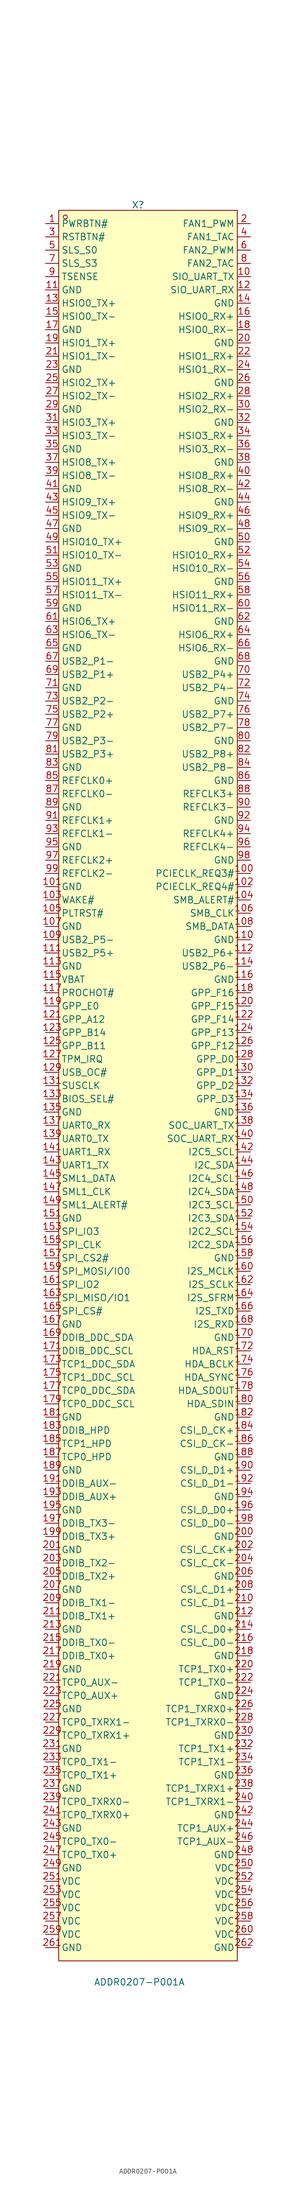
<source format=kicad_sym>
(kicad_symbol_lib
  (version 20241209)
  (generator "kicad_symbol_editor")
  (generator_version "9.0")
  (symbol "ADDR0207-P001A"
    (property "Reference" "X"
      (at 0 168.656 0)
      (effects (font (size 1.27 1.27))))
    (property "Value" "ADDR0207-P001A"
      (at 0.254 -171.704 0)
      (effects (font (size 1.27 1.27))))
    (symbol "ADDR0207-P001A_0_1"
      (rectangle (start -15.24 167.64) (end 19.05 -167.64) (stroke (width 0) (type default)) (fill (type background)))
      (circle (center -13.97 166.37) (radius 0.38) (stroke (width 0) (type default)) (fill (type none)))
      (pin input line (at -17.78 165.1 0) (length 2.54) (name "PWRBTN#" (effects (font (size 1.27 1.27)))) (number "1" (effects (font (size 1.27 1.27)))))
      (pin input line (at -17.78 162.56 0) (length 2.54) (name "RSTBTN#" (effects (font (size 1.27 1.27)))) (number "3" (effects (font (size 1.27 1.27)))))
      (pin output line (at -17.78 160.02 0) (length 2.54) (name "SLS_S0" (effects (font (size 1.27 1.27)))) (number "5" (effects (font (size 1.27 1.27)))))
      (pin output line (at -17.78 157.48 0) (length 2.54) (name "SLS_S3" (effects (font (size 1.27 1.27)))) (number "7" (effects (font (size 1.27 1.27)))))
      (pin input line (at -17.78 154.94 0) (length 2.54) (name "TSENSE" (effects (font (size 1.27 1.27)))) (number "9" (effects (font (size 1.27 1.27)))))
      (pin power_in line (at -17.78 152.4 0) (length 2.54) (name "GND" (effects (font (size 1.27 1.27)))) (number "11" (effects (font (size 1.27 1.27)))))
      (pin output line (at -17.78 149.86 0) (length 2.54) (name "HSIO0_TX+" (effects (font (size 1.27 1.27)))) (number "13" (effects (font (size 1.27 1.27)))))
      (pin output line (at -17.78 147.32 0) (length 2.54) (name "HSIO0_TX-" (effects (font (size 1.27 1.27)))) (number "15" (effects (font (size 1.27 1.27)))))
      (pin power_in line (at -17.78 144.78 0) (length 2.54) (name "GND" (effects (font (size 1.27 1.27)))) (number "17" (effects (font (size 1.27 1.27)))))
      (pin output line (at -17.78 142.24 0) (length 2.54) (name "HSIO1_TX+" (effects (font (size 1.27 1.27)))) (number "19" (effects (font (size 1.27 1.27)))))
      (pin output line (at -17.78 139.7 0) (length 2.54) (name "HSIO1_TX-" (effects (font (size 1.27 1.27)))) (number "21" (effects (font (size 1.27 1.27)))))
      (pin power_in line (at -17.78 137.16 0) (length 2.54) (name "GND" (effects (font (size 1.27 1.27)))) (number "23" (effects (font (size 1.27 1.27)))))
      (pin output line (at -17.78 134.62 0) (length 2.54) (name "HSIO2_TX+" (effects (font (size 1.27 1.27)))) (number "25" (effects (font (size 1.27 1.27)))))
      (pin output line (at -17.78 132.08 0) (length 2.54) (name "HSIO2_TX-" (effects (font (size 1.27 1.27)))) (number "27" (effects (font (size 1.27 1.27)))))
      (pin power_in line (at -17.78 129.54 0) (length 2.54) (name "GND" (effects (font (size 1.27 1.27)))) (number "29" (effects (font (size 1.27 1.27)))))
      (pin output line (at -17.78 127 0) (length 2.54) (name "HSIO3_TX+" (effects (font (size 1.27 1.27)))) (number "31" (effects (font (size 1.27 1.27)))))
      (pin output line (at -17.78 124.46 0) (length 2.54) (name "HSIO3_TX-" (effects (font (size 1.27 1.27)))) (number "33" (effects (font (size 1.27 1.27)))))
      (pin power_in line (at -17.78 121.92 0) (length 2.54) (name "GND" (effects (font (size 1.27 1.27)))) (number "35" (effects (font (size 1.27 1.27)))))
      (pin output line (at -17.78 119.38 0) (length 2.54) (name "HSIO8_TX+" (effects (font (size 1.27 1.27)))) (number "37" (effects (font (size 1.27 1.27)))))
      (pin output line (at -17.78 116.84 0) (length 2.54) (name "HSIO8_TX-" (effects (font (size 1.27 1.27)))) (number "39" (effects (font (size 1.27 1.27)))))
      (pin power_in line (at -17.78 114.3 0) (length 2.54) (name "GND" (effects (font (size 1.27 1.27)))) (number "41" (effects (font (size 1.27 1.27)))))
      (pin output line (at -17.78 111.76 0) (length 2.54) (name "HSIO9_TX+" (effects (font (size 1.27 1.27)))) (number "43" (effects (font (size 1.27 1.27)))))
      (pin output line (at -17.78 109.22 0) (length 2.54) (name "HSIO9_TX-" (effects (font (size 1.27 1.27)))) (number "45" (effects (font (size 1.27 1.27)))))
      (pin power_in line (at -17.78 106.68 0) (length 2.54) (name "GND" (effects (font (size 1.27 1.27)))) (number "47" (effects (font (size 1.27 1.27)))))
      (pin output line (at -17.78 104.14 0) (length 2.54) (name "HSIO10_TX+" (effects (font (size 1.27 1.27)))) (number "49" (effects (font (size 1.27 1.27)))))
      (pin output line (at -17.78 101.6 0) (length 2.54) (name "HSIO10_TX-" (effects (font (size 1.27 1.27)))) (number "51" (effects (font (size 1.27 1.27)))))
      (pin power_in line (at -17.78 99.06 0) (length 2.54) (name "GND" (effects (font (size 1.27 1.27)))) (number "53" (effects (font (size 1.27 1.27)))))
      (pin output line (at -17.78 96.52 0) (length 2.54) (name "HSIO11_TX+" (effects (font (size 1.27 1.27)))) (number "55" (effects (font (size 1.27 1.27)))))
      (pin output line (at -17.78 93.98 0) (length 2.54) (name "HSIO11_TX-" (effects (font (size 1.27 1.27)))) (number "57" (effects (font (size 1.27 1.27)))))
      (pin power_in line (at -17.78 91.44 0) (length 2.54) (name "GND" (effects (font (size 1.27 1.27)))) (number "59" (effects (font (size 1.27 1.27)))))
      (pin output line (at -17.78 88.9 0) (length 2.54) (name "HSIO6_TX+" (effects (font (size 1.27 1.27)))) (number "61" (effects (font (size 1.27 1.27)))))
      (pin output line (at -17.78 86.36 0) (length 2.54) (name "HSIO6_TX-" (effects (font (size 1.27 1.27)))) (number "63" (effects (font (size 1.27 1.27)))))
      (pin power_in line (at -17.78 83.82 0) (length 2.54) (name "GND" (effects (font (size 1.27 1.27)))) (number "65" (effects (font (size 1.27 1.27)))))
      (pin bidirectional line (at -17.78 81.28 0) (length 2.54) (name "USB2_P1-" (effects (font (size 1.27 1.27)))) (number "67" (effects (font (size 1.27 1.27)))))
      (pin bidirectional line (at -17.78 78.74 0) (length 2.54) (name "USB2_P1+" (effects (font (size 1.27 1.27)))) (number "69" (effects (font (size 1.27 1.27)))))
      (pin power_in line (at -17.78 76.2 0) (length 2.54) (name "GND" (effects (font (size 1.27 1.27)))) (number "71" (effects (font (size 1.27 1.27)))))
      (pin bidirectional line (at -17.78 73.66 0) (length 2.54) (name "USB2_P2-" (effects (font (size 1.27 1.27)))) (number "73" (effects (font (size 1.27 1.27)))))
      (pin bidirectional line (at -17.78 71.12 0) (length 2.54) (name "USB2_P2+" (effects (font (size 1.27 1.27)))) (number "75" (effects (font (size 1.27 1.27)))))
      (pin power_in line (at -17.78 68.58 0) (length 2.54) (name "GND" (effects (font (size 1.27 1.27)))) (number "77" (effects (font (size 1.27 1.27)))))
      (pin bidirectional line (at -17.78 66.04 0) (length 2.54) (name "USB2_P3-" (effects (font (size 1.27 1.27)))) (number "79" (effects (font (size 1.27 1.27)))))
      (pin bidirectional line (at -17.78 63.5 0) (length 2.54) (name "USB2_P3+" (effects (font (size 1.27 1.27)))) (number "81" (effects (font (size 1.27 1.27)))))
      (pin power_in line (at -17.78 60.96 0) (length 2.54) (name "GND" (effects (font (size 1.27 1.27)))) (number "83" (effects (font (size 1.27 1.27)))))
      (pin output line (at -17.78 58.42 0) (length 2.54) (name "REFCLK0+" (effects (font (size 1.27 1.27)))) (number "85" (effects (font (size 1.27 1.27)))))
      (pin output line (at -17.78 55.88 0) (length 2.54) (name "REFCLK0-" (effects (font (size 1.27 1.27)))) (number "87" (effects (font (size 1.27 1.27)))))
      (pin power_in line (at -17.78 53.34 0) (length 2.54) (name "GND" (effects (font (size 1.27 1.27)))) (number "89" (effects (font (size 1.27 1.27)))))
      (pin output line (at -17.78 50.8 0) (length 2.54) (name "REFCLK1+" (effects (font (size 1.27 1.27)))) (number "91" (effects (font (size 1.27 1.27)))))
      (pin output line (at -17.78 48.26 0) (length 2.54) (name "REFCLK1-" (effects (font (size 1.27 1.27)))) (number "93" (effects (font (size 1.27 1.27)))))
      (pin power_in line (at -17.78 45.72 0) (length 2.54) (name "GND" (effects (font (size 1.27 1.27)))) (number "95" (effects (font (size 1.27 1.27)))))
      (pin output line (at -17.78 43.18 0) (length 2.54) (name "REFCLK2+" (effects (font (size 1.27 1.27)))) (number "97" (effects (font (size 1.27 1.27)))))
      (pin output line (at -17.78 40.64 0) (length 2.54) (name "REFCLK2-" (effects (font (size 1.27 1.27)))) (number "99" (effects (font (size 1.27 1.27)))))
      (pin power_in line (at -17.78 38.1 0) (length 2.54) (name "GND" (effects (font (size 1.27 1.27)))) (number "101" (effects (font (size 1.27 1.27)))))
      (pin input line (at -17.78 35.56 0) (length 2.54) (name "WAKE#" (effects (font (size 1.27 1.27)))) (number "103" (effects (font (size 1.27 1.27)))))
      (pin output line (at -17.78 33.02 0) (length 2.54) (name "PLTRST#" (effects (font (size 1.27 1.27)))) (number "105" (effects (font (size 1.27 1.27)))))
      (pin power_in line (at -17.78 30.48 0) (length 2.54) (name "GND" (effects (font (size 1.27 1.27)))) (number "107" (effects (font (size 1.27 1.27)))))
      (pin bidirectional line (at -17.78 27.94 0) (length 2.54) (name "USB2_P5-" (effects (font (size 1.27 1.27)))) (number "109" (effects (font (size 1.27 1.27)))))
      (pin bidirectional line (at -17.78 25.4 0) (length 2.54) (name "USB2_P5+" (effects (font (size 1.27 1.27)))) (number "111" (effects (font (size 1.27 1.27)))))
      (pin power_in line (at -17.78 22.86 0) (length 2.54) (name "GND" (effects (font (size 1.27 1.27)))) (number "113" (effects (font (size 1.27 1.27)))))
      (pin power_in line (at -17.78 20.32 0) (length 2.54) (name "VBAT" (effects (font (size 1.27 1.27)))) (number "115" (effects (font (size 1.27 1.27)))))
      (pin input line (at -17.78 17.78 0) (length 2.54) (name "PROCHOT#" (effects (font (size 1.27 1.27)))) (number "117" (effects (font (size 1.27 1.27)))))
      (pin bidirectional line (at -17.78 15.24 0) (length 2.54) (name "GPP_E0" (effects (font (size 1.27 1.27)))) (number "119" (effects (font (size 1.27 1.27)))))
      (pin bidirectional line (at -17.78 12.7 0) (length 2.54) (name "GPP_A12" (effects (font (size 1.27 1.27)))) (number "121" (effects (font (size 1.27 1.27)))))
      (pin bidirectional line (at -17.78 10.16 0) (length 2.54) (name "GPP_B14" (effects (font (size 1.27 1.27)))) (number "123" (effects (font (size 1.27 1.27)))))
      (pin bidirectional line (at -17.78 7.62 0) (length 2.54) (name "GPP_B11" (effects (font (size 1.27 1.27)))) (number "125" (effects (font (size 1.27 1.27)))))
      (pin input line (at -17.78 5.08 0) (length 2.54) (name "TPM_IRQ" (effects (font (size 1.27 1.27)))) (number "127" (effects (font (size 1.27 1.27)))))
      (pin input line (at -17.78 2.54 0) (length 2.54) (name "USB_OC#" (effects (font (size 1.27 1.27)))) (number "129" (effects (font (size 1.27 1.27)))))
      (pin output line (at -17.78 0 0) (length 2.54) (name "SUSCLK" (effects (font (size 1.27 1.27)))) (number "131" (effects (font (size 1.27 1.27)))))
      (pin input line (at -17.78 -2.54 0) (length 2.54) (name "BIOS_SEL#" (effects (font (size 1.27 1.27)))) (number "133" (effects (font (size 1.27 1.27)))))
      (pin power_in line (at -17.78 -5.08 0) (length 2.54) (name "GND" (effects (font (size 1.27 1.27)))) (number "135" (effects (font (size 1.27 1.27)))))
      (pin input line (at -17.78 -7.62 0) (length 2.54) (name "UART0_RX" (effects (font (size 1.27 1.27)))) (number "137" (effects (font (size 1.27 1.27)))))
      (pin output line (at -17.78 -10.16 0) (length 2.54) (name "UART0_TX" (effects (font (size 1.27 1.27)))) (number "139" (effects (font (size 1.27 1.27)))))
      (pin input line (at -17.78 -12.7 0) (length 2.54) (name "UART1_RX" (effects (font (size 1.27 1.27)))) (number "141" (effects (font (size 1.27 1.27)))))
      (pin output line (at -17.78 -15.24 0) (length 2.54) (name "UART1_TX" (effects (font (size 1.27 1.27)))) (number "143" (effects (font (size 1.27 1.27)))))
      (pin bidirectional line (at -17.78 -17.78 0) (length 2.54) (name "SML1_DATA" (effects (font (size 1.27 1.27)))) (number "145" (effects (font (size 1.27 1.27)))))
      (pin output line (at -17.78 -20.32 0) (length 2.54) (name "SML1_CLK" (effects (font (size 1.27 1.27)))) (number "147" (effects (font (size 1.27 1.27)))))
      (pin input line (at -17.78 -22.86 0) (length 2.54) (name "SML1_ALERT#" (effects (font (size 1.27 1.27)))) (number "149" (effects (font (size 1.27 1.27)))))
      (pin power_in line (at -17.78 -25.4 0) (length 2.54) (name "GND" (effects (font (size 1.27 1.27)))) (number "151" (effects (font (size 1.27 1.27)))))
      (pin bidirectional line (at -17.78 -27.94 0) (length 2.54) (name "SPI_IO3" (effects (font (size 1.27 1.27)))) (number "153" (effects (font (size 1.27 1.27)))))
      (pin output line (at -17.78 -30.48 0) (length 2.54) (name "SPI_CLK" (effects (font (size 1.27 1.27)))) (number "155" (effects (font (size 1.27 1.27)))))
      (pin output line (at -17.78 -33.02 0) (length 2.54) (name "SPI_CS2#" (effects (font (size 1.27 1.27)))) (number "157" (effects (font (size 1.27 1.27)))))
      (pin bidirectional line (at -17.78 -35.56 0) (length 2.54) (name "SPI_MOSI/IO0" (effects (font (size 1.27 1.27)))) (number "159" (effects (font (size 1.27 1.27)))))
      (pin bidirectional line (at -17.78 -38.1 0) (length 2.54) (name "SPI_IO2" (effects (font (size 1.27 1.27)))) (number "161" (effects (font (size 1.27 1.27)))))
      (pin bidirectional line (at -17.78 -40.64 0) (length 2.54) (name "SPI_MISO/IO1" (effects (font (size 1.27 1.27)))) (number "163" (effects (font (size 1.27 1.27)))))
      (pin output line (at -17.78 -43.18 0) (length 2.54) (name "SPI_CS#" (effects (font (size 1.27 1.27)))) (number "165" (effects (font (size 1.27 1.27)))))
      (pin power_in line (at -17.78 -45.72 0) (length 2.54) (name "GND" (effects (font (size 1.27 1.27)))) (number "167" (effects (font (size 1.27 1.27)))))
      (pin bidirectional line (at -17.78 -48.26 0) (length 2.54) (name "DDIB_DDC_SDA" (effects (font (size 1.27 1.27)))) (number "169" (effects (font (size 1.27 1.27)))))
      (pin output line (at -17.78 -50.8 0) (length 2.54) (name "DDIB_DDC_SCL" (effects (font (size 1.27 1.27)))) (number "171" (effects (font (size 1.27 1.27)))))
      (pin bidirectional line (at -17.78 -53.34 0) (length 2.54) (name "TCP1_DDC_SDA" (effects (font (size 1.27 1.27)))) (number "173" (effects (font (size 1.27 1.27)))))
      (pin output line (at -17.78 -55.88 0) (length 2.54) (name "TCP1_DDC_SCL" (effects (font (size 1.27 1.27)))) (number "175" (effects (font (size 1.27 1.27)))))
      (pin bidirectional line (at -17.78 -58.42 0) (length 2.54) (name "TCP0_DDC_SDA" (effects (font (size 1.27 1.27)))) (number "177" (effects (font (size 1.27 1.27)))))
      (pin output line (at -17.78 -60.96 0) (length 2.54) (name "TCP0_DDC_SCL" (effects (font (size 1.27 1.27)))) (number "179" (effects (font (size 1.27 1.27)))))
      (pin power_in line (at -17.78 -63.5 0) (length 2.54) (name "GND" (effects (font (size 1.27 1.27)))) (number "181" (effects (font (size 1.27 1.27)))))
      (pin input line (at -17.78 -66.04 0) (length 2.54) (name "DDIB_HPD" (effects (font (size 1.27 1.27)))) (number "183" (effects (font (size 1.27 1.27)))))
      (pin input line (at -17.78 -68.58 0) (length 2.54) (name "TCP1_HPD" (effects (font (size 1.27 1.27)))) (number "185" (effects (font (size 1.27 1.27)))))
      (pin input line (at -17.78 -71.12 0) (length 2.54) (name "TCP0_HPD" (effects (font (size 1.27 1.27)))) (number "187" (effects (font (size 1.27 1.27)))))
      (pin power_in line (at -17.78 -73.66 0) (length 2.54) (name "GND" (effects (font (size 1.27 1.27)))) (number "189" (effects (font (size 1.27 1.27)))))
      (pin bidirectional line (at -17.78 -76.2 0) (length 2.54) (name "DDIB_AUX-" (effects (font (size 1.27 1.27)))) (number "191" (effects (font (size 1.27 1.27)))))
      (pin bidirectional line (at -17.78 -78.74 0) (length 2.54) (name "DDIB_AUX+" (effects (font (size 1.27 1.27)))) (number "193" (effects (font (size 1.27 1.27)))))
      (pin power_in line (at -17.78 -81.28 0) (length 2.54) (name "GND" (effects (font (size 1.27 1.27)))) (number "195" (effects (font (size 1.27 1.27)))))
      (pin output line (at -17.78 -83.82 0) (length 2.54) (name "DDIB_TX3-" (effects (font (size 1.27 1.27)))) (number "197" (effects (font (size 1.27 1.27)))))
      (pin output line (at -17.78 -86.36 0) (length 2.54) (name "DDIB_TX3+" (effects (font (size 1.27 1.27)))) (number "199" (effects (font (size 1.27 1.27)))))
      (pin power_in line (at -17.78 -88.9 0) (length 2.54) (name "GND" (effects (font (size 1.27 1.27)))) (number "201" (effects (font (size 1.27 1.27)))))
      (pin output line (at -17.78 -91.44 0) (length 2.54) (name "DDIB_TX2-" (effects (font (size 1.27 1.27)))) (number "203" (effects (font (size 1.27 1.27)))))
      (pin output line (at -17.78 -93.98 0) (length 2.54) (name "DDIB_TX2+" (effects (font (size 1.27 1.27)))) (number "205" (effects (font (size 1.27 1.27)))))
      (pin power_in line (at -17.78 -96.52 0) (length 2.54) (name "GND" (effects (font (size 1.27 1.27)))) (number "207" (effects (font (size 1.27 1.27)))))
      (pin output line (at -17.78 -99.06 0) (length 2.54) (name "DDIB_TX1-" (effects (font (size 1.27 1.27)))) (number "209" (effects (font (size 1.27 1.27)))))
      (pin output line (at -17.78 -101.6 0) (length 2.54) (name "DDIB_TX1+" (effects (font (size 1.27 1.27)))) (number "211" (effects (font (size 1.27 1.27)))))
      (pin power_in line (at -17.78 -104.14 0) (length 2.54) (name "GND" (effects (font (size 1.27 1.27)))) (number "213" (effects (font (size 1.27 1.27)))))
      (pin output line (at -17.78 -106.68 0) (length 2.54) (name "DDIB_TX0-" (effects (font (size 1.27 1.27)))) (number "215" (effects (font (size 1.27 1.27)))))
      (pin output line (at -17.78 -109.22 0) (length 2.54) (name "DDIB_TX0+" (effects (font (size 1.27 1.27)))) (number "217" (effects (font (size 1.27 1.27)))))
      (pin power_in line (at -17.78 -111.76 0) (length 2.54) (name "GND" (effects (font (size 1.27 1.27)))) (number "219" (effects (font (size 1.27 1.27)))))
      (pin bidirectional line (at -17.78 -114.3 0) (length 2.54) (name "TCP0_AUX-" (effects (font (size 1.27 1.27)))) (number "221" (effects (font (size 1.27 1.27)))))
      (pin bidirectional line (at -17.78 -116.84 0) (length 2.54) (name "TCP0_AUX+" (effects (font (size 1.27 1.27)))) (number "223" (effects (font (size 1.27 1.27)))))
      (pin power_in line (at -17.78 -119.38 0) (length 2.54) (name "GND" (effects (font (size 1.27 1.27)))) (number "225" (effects (font (size 1.27 1.27)))))
      (pin output line (at -17.78 -121.92 0) (length 2.54) (name "TCP0_TXRX1-" (effects (font (size 1.27 1.27)))) (number "227" (effects (font (size 1.27 1.27)))))
      (pin output line (at -17.78 -124.46 0) (length 2.54) (name "TCP0_TXRX1+" (effects (font (size 1.27 1.27)))) (number "229" (effects (font (size 1.27 1.27)))))
      (pin power_in line (at -17.78 -127 0) (length 2.54) (name "GND" (effects (font (size 1.27 1.27)))) (number "231" (effects (font (size 1.27 1.27)))))
      (pin output line (at -17.78 -129.54 0) (length 2.54) (name "TCP0_TX1-" (effects (font (size 1.27 1.27)))) (number "233" (effects (font (size 1.27 1.27)))))
      (pin output line (at -17.78 -132.08 0) (length 2.54) (name "TCP0_TX1+" (effects (font (size 1.27 1.27)))) (number "235" (effects (font (size 1.27 1.27)))))
      (pin power_in line (at -17.78 -134.62 0) (length 2.54) (name "GND" (effects (font (size 1.27 1.27)))) (number "237" (effects (font (size 1.27 1.27)))))
      (pin output line (at -17.78 -137.16 0) (length 2.54) (name "TCP0_TXRX0-" (effects (font (size 1.27 1.27)))) (number "239" (effects (font (size 1.27 1.27)))))
      (pin output line (at -17.78 -139.7 0) (length 2.54) (name "TCP0_TXRX0+" (effects (font (size 1.27 1.27)))) (number "241" (effects (font (size 1.27 1.27)))))
      (pin power_in line (at -17.78 -142.24 0) (length 2.54) (name "GND" (effects (font (size 1.27 1.27)))) (number "243" (effects (font (size 1.27 1.27)))))
      (pin output line (at -17.78 -144.78 0) (length 2.54) (name "TCP0_TX0-" (effects (font (size 1.27 1.27)))) (number "245" (effects (font (size 1.27 1.27)))))
      (pin output line (at -17.78 -147.32 0) (length 2.54) (name "TCP0_TX0+" (effects (font (size 1.27 1.27)))) (number "247" (effects (font (size 1.27 1.27)))))
      (pin power_in line (at -17.78 -149.86 0) (length 2.54) (name "GND" (effects (font (size 1.27 1.27)))) (number "249" (effects (font (size 1.27 1.27)))))
      (pin power_in line (at -17.78 -152.4 0) (length 2.54) (name "VDC" (effects (font (size 1.27 1.27)))) (number "251" (effects (font (size 1.27 1.27)))))
      (pin power_in line (at -17.78 -154.94 0) (length 2.54) (name "VDC" (effects (font (size 1.27 1.27)))) (number "253" (effects (font (size 1.27 1.27)))))
      (pin power_in line (at -17.78 -157.48 0) (length 2.54) (name "VDC" (effects (font (size 1.27 1.27)))) (number "255" (effects (font (size 1.27 1.27)))))
      (pin power_in line (at -17.78 -160.02 0) (length 2.54) (name "VDC" (effects (font (size 1.27 1.27)))) (number "257" (effects (font (size 1.27 1.27)))))
      (pin power_in line (at -17.78 -162.56 0) (length 2.54) (name "VDC" (effects (font (size 1.27 1.27)))) (number "259" (effects (font (size 1.27 1.27)))))
      (pin power_in line (at -17.78 -165.1 0) (length 2.54) (name "GND" (effects (font (size 1.27 1.27)))) (number "261" (effects (font (size 1.27 1.27)))))
      (pin output line (at 21.59 165.1 180) (length 2.54) (name "FAN1_PWM" (effects (font (size 1.27 1.27)))) (number "2" (effects (font (size 1.27 1.27)))))
      (pin input line (at 21.59 162.56 180) (length 2.54) (name "FAN1_TAC" (effects (font (size 1.27 1.27)))) (number "4" (effects (font (size 1.27 1.27)))))
      (pin output line (at 21.59 160.02 180) (length 2.54) (name "FAN2_PWM" (effects (font (size 1.27 1.27)))) (number "6" (effects (font (size 1.27 1.27)))))
      (pin input line (at 21.59 157.48 180) (length 2.54) (name "FAN2_TAC" (effects (font (size 1.27 1.27)))) (number "8" (effects (font (size 1.27 1.27)))))
      (pin output line (at 21.59 154.94 180) (length 2.54) (name "SIO_UART_TX" (effects (font (size 1.27 1.27)))) (number "10" (effects (font (size 1.27 1.27)))))
      (pin input line (at 21.59 152.4 180) (length 2.54) (name "SIO_UART_RX" (effects (font (size 1.27 1.27)))) (number "12" (effects (font (size 1.27 1.27)))))
      (pin power_in line (at 21.59 149.86 180) (length 2.54) (name "GND" (effects (font (size 1.27 1.27)))) (number "14" (effects (font (size 1.27 1.27)))))
      (pin input line (at 21.59 147.32 180) (length 2.54) (name "HSIO0_RX+" (effects (font (size 1.27 1.27)))) (number "16" (effects (font (size 1.27 1.27)))))
      (pin input line (at 21.59 144.78 180) (length 2.54) (name "HSIO0_RX-" (effects (font (size 1.27 1.27)))) (number "18" (effects (font (size 1.27 1.27)))))
      (pin power_in line (at 21.59 142.24 180) (length 2.54) (name "GND" (effects (font (size 1.27 1.27)))) (number "20" (effects (font (size 1.27 1.27)))))
      (pin input line (at 21.59 139.7 180) (length 2.54) (name "HSIO1_RX+" (effects (font (size 1.27 1.27)))) (number "22" (effects (font (size 1.27 1.27)))))
      (pin input line (at 21.59 137.16 180) (length 2.54) (name "HSIO1_RX-" (effects (font (size 1.27 1.27)))) (number "24" (effects (font (size 1.27 1.27)))))
      (pin power_in line (at 21.59 134.62 180) (length 2.54) (name "GND" (effects (font (size 1.27 1.27)))) (number "26" (effects (font (size 1.27 1.27)))))
      (pin input line (at 21.59 132.08 180) (length 2.54) (name "HSIO2_RX+" (effects (font (size 1.27 1.27)))) (number "28" (effects (font (size 1.27 1.27)))))
      (pin input line (at 21.59 129.54 180) (length 2.54) (name "HSIO2_RX-" (effects (font (size 1.27 1.27)))) (number "30" (effects (font (size 1.27 1.27)))))
      (pin power_in line (at 21.59 127 180) (length 2.54) (name "GND" (effects (font (size 1.27 1.27)))) (number "32" (effects (font (size 1.27 1.27)))))
      (pin input line (at 21.59 124.46 180) (length 2.54) (name "HSIO3_RX+" (effects (font (size 1.27 1.27)))) (number "34" (effects (font (size 1.27 1.27)))))
      (pin input line (at 21.59 121.92 180) (length 2.54) (name "HSIO3_RX-" (effects (font (size 1.27 1.27)))) (number "36" (effects (font (size 1.27 1.27)))))
      (pin power_in line (at 21.59 119.38 180) (length 2.54) (name "GND" (effects (font (size 1.27 1.27)))) (number "38" (effects (font (size 1.27 1.27)))))
      (pin input line (at 21.59 116.84 180) (length 2.54) (name "HSIO8_RX+" (effects (font (size 1.27 1.27)))) (number "40" (effects (font (size 1.27 1.27)))))
      (pin input line (at 21.59 114.3 180) (length 2.54) (name "HSIO8_RX-" (effects (font (size 1.27 1.27)))) (number "42" (effects (font (size 1.27 1.27)))))
      (pin power_in line (at 21.59 111.76 180) (length 2.54) (name "GND" (effects (font (size 1.27 1.27)))) (number "44" (effects (font (size 1.27 1.27)))))
      (pin input line (at 21.59 109.22 180) (length 2.54) (name "HSIO9_RX+" (effects (font (size 1.27 1.27)))) (number "46" (effects (font (size 1.27 1.27)))))
      (pin input line (at 21.59 106.68 180) (length 2.54) (name "HSIO9_RX-" (effects (font (size 1.27 1.27)))) (number "48" (effects (font (size 1.27 1.27)))))
      (pin power_in line (at 21.59 104.14 180) (length 2.54) (name "GND" (effects (font (size 1.27 1.27)))) (number "50" (effects (font (size 1.27 1.27)))))
      (pin input line (at 21.59 101.6 180) (length 2.54) (name "HSIO10_RX+" (effects (font (size 1.27 1.27)))) (number "52" (effects (font (size 1.27 1.27)))))
      (pin input line (at 21.59 99.06 180) (length 2.54) (name "HSIO10_RX-" (effects (font (size 1.27 1.27)))) (number "54" (effects (font (size 1.27 1.27)))))
      (pin power_in line (at 21.59 96.52 180) (length 2.54) (name "GND" (effects (font (size 1.27 1.27)))) (number "56" (effects (font (size 1.27 1.27)))))
      (pin input line (at 21.59 93.98 180) (length 2.54) (name "HSIO11_RX+" (effects (font (size 1.27 1.27)))) (number "58" (effects (font (size 1.27 1.27)))))
      (pin input line (at 21.59 91.44 180) (length 2.54) (name "HSIO11_RX-" (effects (font (size 1.27 1.27)))) (number "60" (effects (font (size 1.27 1.27)))))
      (pin power_in line (at 21.59 88.9 180) (length 2.54) (name "GND" (effects (font (size 1.27 1.27)))) (number "62" (effects (font (size 1.27 1.27)))))
      (pin input line (at 21.59 86.36 180) (length 2.54) (name "HSIO6_RX+" (effects (font (size 1.27 1.27)))) (number "64" (effects (font (size 1.27 1.27)))))
      (pin input line (at 21.59 83.82 180) (length 2.54) (name "HSIO6_RX-" (effects (font (size 1.27 1.27)))) (number "66" (effects (font (size 1.27 1.27)))))
      (pin power_in line (at 21.59 81.28 180) (length 2.54) (name "GND" (effects (font (size 1.27 1.27)))) (number "68" (effects (font (size 1.27 1.27)))))
      (pin bidirectional line (at 21.59 78.74 180) (length 2.54) (name "USB2_P4+" (effects (font (size 1.27 1.27)))) (number "70" (effects (font (size 1.27 1.27)))))
      (pin bidirectional line (at 21.59 76.2 180) (length 2.54) (name "USB2_P4-" (effects (font (size 1.27 1.27)))) (number "72" (effects (font (size 1.27 1.27)))))
      (pin power_in line (at 21.59 73.66 180) (length 2.54) (name "GND" (effects (font (size 1.27 1.27)))) (number "74" (effects (font (size 1.27 1.27)))))
      (pin bidirectional line (at 21.59 71.12 180) (length 2.54) (name "USB2_P7+" (effects (font (size 1.27 1.27)))) (number "76" (effects (font (size 1.27 1.27)))))
      (pin bidirectional line (at 21.59 68.58 180) (length 2.54) (name "USB2_P7-" (effects (font (size 1.27 1.27)))) (number "78" (effects (font (size 1.27 1.27)))))
      (pin power_in line (at 21.59 66.04 180) (length 2.54) (name "GND" (effects (font (size 1.27 1.27)))) (number "80" (effects (font (size 1.27 1.27)))))
      (pin bidirectional line (at 21.59 63.5 180) (length 2.54) (name "USB2_P8+" (effects (font (size 1.27 1.27)))) (number "82" (effects (font (size 1.27 1.27)))))
      (pin bidirectional line (at 21.59 60.96 180) (length 2.54) (name "USB2_P8-" (effects (font (size 1.27 1.27)))) (number "84" (effects (font (size 1.27 1.27)))))
      (pin power_in line (at 21.59 58.42 180) (length 2.54) (name "GND" (effects (font (size 1.27 1.27)))) (number "86" (effects (font (size 1.27 1.27)))))
      (pin output line (at 21.59 55.88 180) (length 2.54) (name "REFCLK3+" (effects (font (size 1.27 1.27)))) (number "88" (effects (font (size 1.27 1.27)))))
      (pin output line (at 21.59 53.34 180) (length 2.54) (name "REFCLK3-" (effects (font (size 1.27 1.27)))) (number "90" (effects (font (size 1.27 1.27)))))
      (pin power_in line (at 21.59 50.8 180) (length 2.54) (name "GND" (effects (font (size 1.27 1.27)))) (number "92" (effects (font (size 1.27 1.27)))))
      (pin output line (at 21.59 48.26 180) (length 2.54) (name "REFCLK4+" (effects (font (size 1.27 1.27)))) (number "94" (effects (font (size 1.27 1.27)))))
      (pin output line (at 21.59 45.72 180) (length 2.54) (name "REFCLK4-" (effects (font (size 1.27 1.27)))) (number "96" (effects (font (size 1.27 1.27)))))
      (pin power_in line (at 21.59 43.18 180) (length 2.54) (name "GND" (effects (font (size 1.27 1.27)))) (number "98" (effects (font (size 1.27 1.27)))))
      (pin input line (at 21.59 40.64 180) (length 2.54) (name "PCIECLK_REQ3#" (effects (font (size 1.27 1.27)))) (number "100" (effects (font (size 1.27 1.27)))))
      (pin input line (at 21.59 38.1 180) (length 2.54) (name "PCIECLK_REQ4#" (effects (font (size 1.27 1.27)))) (number "102" (effects (font (size 1.27 1.27)))))
      (pin input line (at 21.59 35.56 180) (length 2.54) (name "SMB_ALERT#" (effects (font (size 1.27 1.27)))) (number "104" (effects (font (size 1.27 1.27)))))
      (pin output line (at 21.59 33.02 180) (length 2.54) (name "SMB_CLK" (effects (font (size 1.27 1.27)))) (number "106" (effects (font (size 1.27 1.27)))))
      (pin bidirectional line (at 21.59 30.48 180) (length 2.54) (name "SMB_DATA" (effects (font (size 1.27 1.27)))) (number "108" (effects (font (size 1.27 1.27)))))
      (pin power_in line (at 21.59 27.94 180) (length 2.54) (name "GND" (effects (font (size 1.27 1.27)))) (number "110" (effects (font (size 1.27 1.27)))))
      (pin bidirectional line (at 21.59 25.4 180) (length 2.54) (name "USB2_P6+" (effects (font (size 1.27 1.27)))) (number "112" (effects (font (size 1.27 1.27)))))
      (pin bidirectional line (at 21.59 22.86 180) (length 2.54) (name "USB2_P6-" (effects (font (size 1.27 1.27)))) (number "114" (effects (font (size 1.27 1.27)))))
      (pin power_in line (at 21.59 20.32 180) (length 2.54) (name "GND" (effects (font (size 1.27 1.27)))) (number "116" (effects (font (size 1.27 1.27)))))
      (pin bidirectional line (at 21.59 17.78 180) (length 2.54) (name "GPP_F16" (effects (font (size 1.27 1.27)))) (number "118" (effects (font (size 1.27 1.27)))))
      (pin bidirectional line (at 21.59 15.24 180) (length 2.54) (name "GPP_F15" (effects (font (size 1.27 1.27)))) (number "120" (effects (font (size 1.27 1.27)))))
      (pin bidirectional line (at 21.59 12.7 180) (length 2.54) (name "GPP_F14" (effects (font (size 1.27 1.27)))) (number "122" (effects (font (size 1.27 1.27)))))
      (pin bidirectional line (at 21.59 10.16 180) (length 2.54) (name "GPP_F13" (effects (font (size 1.27 1.27)))) (number "124" (effects (font (size 1.27 1.27)))))
      (pin bidirectional line (at 21.59 7.62 180) (length 2.54) (name "GPP_F12" (effects (font (size 1.27 1.27)))) (number "126" (effects (font (size 1.27 1.27)))))
      (pin bidirectional line (at 21.59 5.08 180) (length 2.54) (name "GPP_D0" (effects (font (size 1.27 1.27)))) (number "128" (effects (font (size 1.27 1.27)))))
      (pin bidirectional line (at 21.59 2.54 180) (length 2.54) (name "GPP_D1" (effects (font (size 1.27 1.27)))) (number "130" (effects (font (size 1.27 1.27)))))
      (pin bidirectional line (at 21.59 0 180) (length 2.54) (name "GPP_D2" (effects (font (size 1.27 1.27)))) (number "132" (effects (font (size 1.27 1.27)))))
      (pin bidirectional line (at 21.59 -2.54 180) (length 2.54) (name "GPP_D3" (effects (font (size 1.27 1.27)))) (number "134" (effects (font (size 1.27 1.27)))))
      (pin power_in line (at 21.59 -5.08 180) (length 2.54) (name "GND" (effects (font (size 1.27 1.27)))) (number "136" (effects (font (size 1.27 1.27)))))
      (pin output line (at 21.59 -7.62 180) (length 2.54) (name "SOC_UART_TX" (effects (font (size 1.27 1.27)))) (number "138" (effects (font (size 1.27 1.27)))))
      (pin input line (at 21.59 -10.16 180) (length 2.54) (name "SOC_UART_RX" (effects (font (size 1.27 1.27)))) (number "140" (effects (font (size 1.27 1.27)))))
      (pin output line (at 21.59 -12.7 180) (length 2.54) (name "I2C5_SCL" (effects (font (size 1.27 1.27)))) (number "142" (effects (font (size 1.27 1.27)))))
      (pin bidirectional line (at 21.59 -15.24 180) (length 2.54) (name "I2C_SDA" (effects (font (size 1.27 1.27)))) (number "144" (effects (font (size 1.27 1.27)))))
      (pin output line (at 21.59 -17.78 180) (length 2.54) (name "I2C4_SCL" (effects (font (size 1.27 1.27)))) (number "146" (effects (font (size 1.27 1.27)))))
      (pin bidirectional line (at 21.59 -20.32 180) (length 2.54) (name "I2C4_SDA" (effects (font (size 1.27 1.27)))) (number "148" (effects (font (size 1.27 1.27)))))
      (pin output line (at 21.59 -22.86 180) (length 2.54) (name "I2C3_SCL" (effects (font (size 1.27 1.27)))) (number "150" (effects (font (size 1.27 1.27)))))
      (pin bidirectional line (at 21.59 -25.4 180) (length 2.54) (name "I2C3_SDA" (effects (font (size 1.27 1.27)))) (number "152" (effects (font (size 1.27 1.27)))))
      (pin output line (at 21.59 -27.94 180) (length 2.54) (name "I2C2_SCL" (effects (font (size 1.27 1.27)))) (number "154" (effects (font (size 1.27 1.27)))))
      (pin bidirectional line (at 21.59 -30.48 180) (length 2.54) (name "I2C2_SDA" (effects (font (size 1.27 1.27)))) (number "156" (effects (font (size 1.27 1.27)))))
      (pin power_in line (at 21.59 -33.02 180) (length 2.54) (name "GND" (effects (font (size 1.27 1.27)))) (number "158" (effects (font (size 1.27 1.27)))))
      (pin output line (at 21.59 -35.56 180) (length 2.54) (name "I2S_MCLK" (effects (font (size 1.27 1.27)))) (number "160" (effects (font (size 1.27 1.27)))))
      (pin output line (at 21.59 -38.1 180) (length 2.54) (name "I2S_SCLK" (effects (font (size 1.27 1.27)))) (number "162" (effects (font (size 1.27 1.27)))))
      (pin output line (at 21.59 -40.64 180) (length 2.54) (name "I2S_SFRM" (effects (font (size 1.27 1.27)))) (number "164" (effects (font (size 1.27 1.27)))))
      (pin output line (at 21.59 -43.18 180) (length 2.54) (name "I2S_TXD" (effects (font (size 1.27 1.27)))) (number "166" (effects (font (size 1.27 1.27)))))
      (pin input line (at 21.59 -45.72 180) (length 2.54) (name "I2S_RXD" (effects (font (size 1.27 1.27)))) (number "168" (effects (font (size 1.27 1.27)))))
      (pin power_in line (at 21.59 -48.26 180) (length 2.54) (name "GND" (effects (font (size 1.27 1.27)))) (number "170" (effects (font (size 1.27 1.27)))))
      (pin output line (at 21.59 -50.8 180) (length 2.54) (name "HDA_RST" (effects (font (size 1.27 1.27)))) (number "172" (effects (font (size 1.27 1.27)))))
      (pin output line (at 21.59 -53.34 180) (length 2.54) (name "HDA_BCLK" (effects (font (size 1.27 1.27)))) (number "174" (effects (font (size 1.27 1.27)))))
      (pin output line (at 21.59 -55.88 180) (length 2.54) (name "HDA_SYNC" (effects (font (size 1.27 1.27)))) (number "176" (effects (font (size 1.27 1.27)))))
      (pin output line (at 21.59 -58.42 180) (length 2.54) (name "HDA_SDOUT" (effects (font (size 1.27 1.27)))) (number "178" (effects (font (size 1.27 1.27)))))
      (pin input line (at 21.59 -60.96 180) (length 2.54) (name "HDA_SDIN" (effects (font (size 1.27 1.27)))) (number "180" (effects (font (size 1.27 1.27)))))
      (pin power_in line (at 21.59 -63.5 180) (length 2.54) (name "GND" (effects (font (size 1.27 1.27)))) (number "182" (effects (font (size 1.27 1.27)))))
      (pin input line (at 21.59 -66.04 180) (length 2.54) (name "CSI_D_CK+" (effects (font (size 1.27 1.27)))) (number "184" (effects (font (size 1.27 1.27)))))
      (pin input line (at 21.59 -68.58 180) (length 2.54) (name "CSI_D_CK-" (effects (font (size 1.27 1.27)))) (number "186" (effects (font (size 1.27 1.27)))))
      (pin power_in line (at 21.59 -71.12 180) (length 2.54) (name "GND" (effects (font (size 1.27 1.27)))) (number "188" (effects (font (size 1.27 1.27)))))
      (pin input line (at 21.59 -73.66 180) (length 2.54) (name "CSI_D_D1+" (effects (font (size 1.27 1.27)))) (number "190" (effects (font (size 1.27 1.27)))))
      (pin input line (at 21.59 -76.2 180) (length 2.54) (name "CSI_D_D1-" (effects (font (size 1.27 1.27)))) (number "192" (effects (font (size 1.27 1.27)))))
      (pin power_in line (at 21.59 -78.74 180) (length 2.54) (name "GND" (effects (font (size 1.27 1.27)))) (number "194" (effects (font (size 1.27 1.27)))))
      (pin input line (at 21.59 -81.28 180) (length 2.54) (name "CSI_D_D0+" (effects (font (size 1.27 1.27)))) (number "196" (effects (font (size 1.27 1.27)))))
      (pin input line (at 21.59 -83.82 180) (length 2.54) (name "CSI_D_D0-" (effects (font (size 1.27 1.27)))) (number "198" (effects (font (size 1.27 1.27)))))
      (pin power_in line (at 21.59 -86.36 180) (length 2.54) (name "GND" (effects (font (size 1.27 1.27)))) (number "200" (effects (font (size 1.27 1.27)))))
      (pin input line (at 21.59 -88.9 180) (length 2.54) (name "CSI_C_CK+" (effects (font (size 1.27 1.27)))) (number "202" (effects (font (size 1.27 1.27)))))
      (pin input line (at 21.59 -91.44 180) (length 2.54) (name "CSI_C_CK-" (effects (font (size 1.27 1.27)))) (number "204" (effects (font (size 1.27 1.27)))))
      (pin power_in line (at 21.59 -93.98 180) (length 2.54) (name "GND" (effects (font (size 1.27 1.27)))) (number "206" (effects (font (size 1.27 1.27)))))
      (pin input line (at 21.59 -96.52 180) (length 2.54) (name "CSI_C_D1+" (effects (font (size 1.27 1.27)))) (number "208" (effects (font (size 1.27 1.27)))))
      (pin input line (at 21.59 -99.06 180) (length 2.54) (name "CSI_C_D1-" (effects (font (size 1.27 1.27)))) (number "210" (effects (font (size 1.27 1.27)))))
      (pin power_in line (at 21.59 -101.6 180) (length 2.54) (name "GND" (effects (font (size 1.27 1.27)))) (number "212" (effects (font (size 1.27 1.27)))))
      (pin input line (at 21.59 -104.14 180) (length 2.54) (name "CSI_C_D0+" (effects (font (size 1.27 1.27)))) (number "214" (effects (font (size 1.27 1.27)))))
      (pin input line (at 21.59 -106.68 180) (length 2.54) (name "CSI_C_D0-" (effects (font (size 1.27 1.27)))) (number "216" (effects (font (size 1.27 1.27)))))
      (pin power_in line (at 21.59 -109.22 180) (length 2.54) (name "GND" (effects (font (size 1.27 1.27)))) (number "218" (effects (font (size 1.27 1.27)))))
      (pin output line (at 21.59 -111.76 180) (length 2.54) (name "TCP1_TX0+" (effects (font (size 1.27 1.27)))) (number "220" (effects (font (size 1.27 1.27)))))
      (pin output line (at 21.59 -114.3 180) (length 2.54) (name "TCP1_TX0-" (effects (font (size 1.27 1.27)))) (number "222" (effects (font (size 1.27 1.27)))))
      (pin power_in line (at 21.59 -116.84 180) (length 2.54) (name "GND" (effects (font (size 1.27 1.27)))) (number "224" (effects (font (size 1.27 1.27)))))
      (pin output line (at 21.59 -119.38 180) (length 2.54) (name "TCP1_TXRX0+" (effects (font (size 1.27 1.27)))) (number "226" (effects (font (size 1.27 1.27)))))
      (pin output line (at 21.59 -121.92 180) (length 2.54) (name "TCP1_TXRX0-" (effects (font (size 1.27 1.27)))) (number "228" (effects (font (size 1.27 1.27)))))
      (pin power_in line (at 21.59 -124.46 180) (length 2.54) (name "GND" (effects (font (size 1.27 1.27)))) (number "230" (effects (font (size 1.27 1.27)))))
      (pin output line (at 21.59 -127 180) (length 2.54) (name "TCP1_TX1+" (effects (font (size 1.27 1.27)))) (number "232" (effects (font (size 1.27 1.27)))))
      (pin output line (at 21.59 -129.54 180) (length 2.54) (name "TCP1_TX1-" (effects (font (size 1.27 1.27)))) (number "234" (effects (font (size 1.27 1.27)))))
      (pin power_in line (at 21.59 -132.08 180) (length 2.54) (name "GND" (effects (font (size 1.27 1.27)))) (number "236" (effects (font (size 1.27 1.27)))))
      (pin output line (at 21.59 -134.62 180) (length 2.54) (name "TCP1_TXRX1+" (effects (font (size 1.27 1.27)))) (number "238" (effects (font (size 1.27 1.27)))))
      (pin output line (at 21.59 -137.16 180) (length 2.54) (name "TCP1_TXRX1-" (effects (font (size 1.27 1.27)))) (number "240" (effects (font (size 1.27 1.27)))))
      (pin power_in line (at 21.59 -139.7 180) (length 2.54) (name "GND" (effects (font (size 1.27 1.27)))) (number "242" (effects (font (size 1.27 1.27)))))
      (pin bidirectional line (at 21.59 -142.24 180) (length 2.54) (name "TCP1_AUX+" (effects (font (size 1.27 1.27)))) (number "244" (effects (font (size 1.27 1.27)))))
      (pin bidirectional line (at 21.59 -144.78 180) (length 2.54) (name "TCP1_AUX-" (effects (font (size 1.27 1.27)))) (number "246" (effects (font (size 1.27 1.27)))))
      (pin power_in line (at 21.59 -147.32 180) (length 2.54) (name "GND" (effects (font (size 1.27 1.27)))) (number "248" (effects (font (size 1.27 1.27)))))
      (pin power_in line (at 21.59 -149.86 180) (length 2.54) (name "VDC" (effects (font (size 1.27 1.27)))) (number "250" (effects (font (size 1.27 1.27)))))
      (pin power_in line (at 21.59 -152.4 180) (length 2.54) (name "VDC" (effects (font (size 1.27 1.27)))) (number "252" (effects (font (size 1.27 1.27)))))
      (pin power_in line (at 21.59 -154.94 180) (length 2.54) (name "VDC" (effects (font (size 1.27 1.27)))) (number "254" (effects (font (size 1.27 1.27)))))
      (pin power_in line (at 21.59 -157.48 180) (length 2.54) (name "VDC" (effects (font (size 1.27 1.27)))) (number "256" (effects (font (size 1.27 1.27)))))
      (pin power_in line (at 21.59 -160.02 180) (length 2.54) (name "VDC" (effects (font (size 1.27 1.27)))) (number "258" (effects (font (size 1.27 1.27)))))
      (pin power_in line (at 21.59 -162.56 180) (length 2.54) (name "VDC" (effects (font (size 1.27 1.27)))) (number "260" (effects (font (size 1.27 1.27))))))
    (symbol "ADDR0207-P001A_1_1"
      (pin power_in line (at 21.59 -165.1 180) (length 2.54) (name "GND" (effects (font (size 1.27 1.27)))) (number "262" (effects (font (size 1.27 1.27))))))))
</source>
